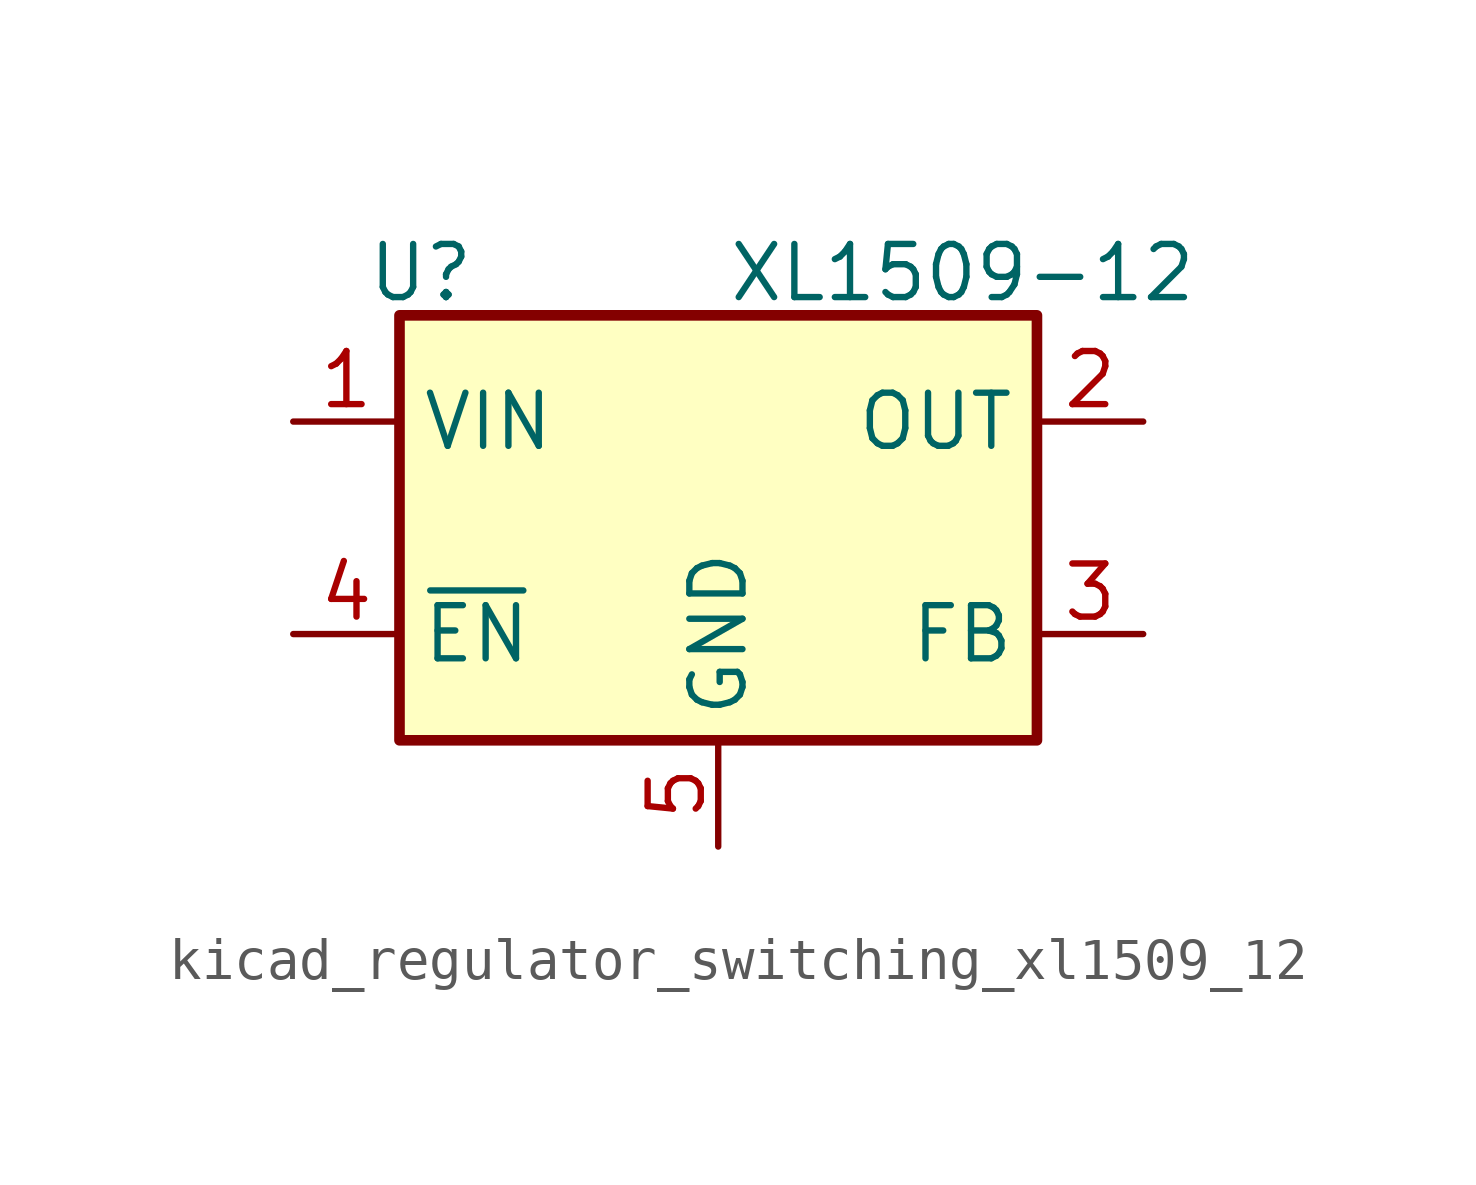
<source format=kicad_sym>
(kicad_symbol_lib
  (version 20220914)
  (generator kicad_symbol_editor)
  (symbol "kicad_regulator_switching_xl1509_12"
    (property "Reference" "U"
      (at -7.112 6.096 0)
      (effects (font (size 1.27 1.27))))
    (property "Value" "XL1509-12"
      (at 5.842 6.096 0)
      (effects (font (size 1.27 1.27))))
    (symbol "kicad_regulator_switching_xl1509_12_0_1"
      (rectangle (start -7.62 5.08) (end 7.62 -5.08) (stroke (width 0.254) (type default)) (fill (type background))))
    (symbol "kicad_regulator_switching_xl1509_12_1_1"
      (pin power_in line (at -10.16 2.54 0) (length 2.54) (name "VIN" (effects (font (size 1.27 1.27)))) (number "1" (effects (font (size 1.27 1.27)))))
      (pin power_out line (at 10.16 2.54 180) (length 2.54) (name "OUT" (effects (font (size 1.27 1.27)))) (number "2" (effects (font (size 1.27 1.27)))))
      (pin input line (at 10.16 -2.54 180) (length 2.54) (name "FB" (effects (font (size 1.27 1.27)))) (number "3" (effects (font (size 1.27 1.27)))))
      (pin input line (at -10.16 -2.54 0) (length 2.54) (name "~{EN}" (effects (font (size 1.27 1.27)))) (number "4" (effects (font (size 1.27 1.27)))))
      (pin power_in line (at 0 -7.62 90) (length 2.54) (name "GND" (effects (font (size 1.27 1.27)))) (number "5" (effects (font (size 1.27 1.27)))))
      (pin passive line (at 0 -7.62 90) (length 2.54) hide (name "GND" (effects (font (size 1.27 1.27)))) (number "6" (effects (font (size 1.27 1.27)))))
      (pin passive line (at 0 -7.62 90) (length 2.54) hide (name "GND" (effects (font (size 1.27 1.27)))) (number "7" (effects (font (size 1.27 1.27)))))
      (pin passive line (at 0 -7.62 90) (length 2.54) hide (name "GND" (effects (font (size 1.27 1.27)))) (number "8" (effects (font (size 1.27 1.27))))))))
</source>
